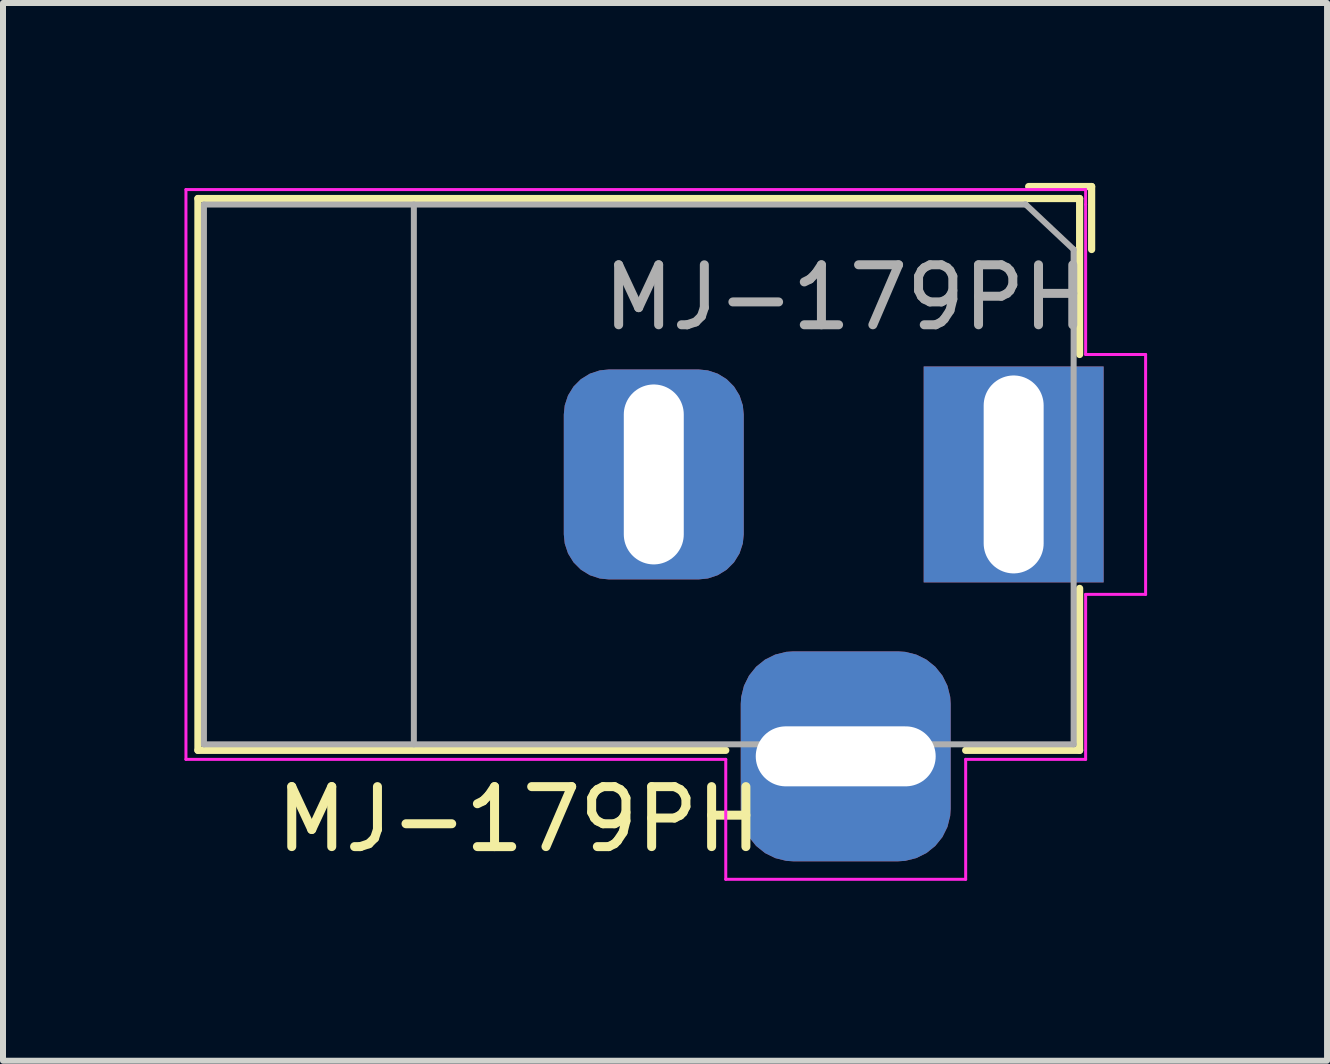
<source format=kicad_pcb>
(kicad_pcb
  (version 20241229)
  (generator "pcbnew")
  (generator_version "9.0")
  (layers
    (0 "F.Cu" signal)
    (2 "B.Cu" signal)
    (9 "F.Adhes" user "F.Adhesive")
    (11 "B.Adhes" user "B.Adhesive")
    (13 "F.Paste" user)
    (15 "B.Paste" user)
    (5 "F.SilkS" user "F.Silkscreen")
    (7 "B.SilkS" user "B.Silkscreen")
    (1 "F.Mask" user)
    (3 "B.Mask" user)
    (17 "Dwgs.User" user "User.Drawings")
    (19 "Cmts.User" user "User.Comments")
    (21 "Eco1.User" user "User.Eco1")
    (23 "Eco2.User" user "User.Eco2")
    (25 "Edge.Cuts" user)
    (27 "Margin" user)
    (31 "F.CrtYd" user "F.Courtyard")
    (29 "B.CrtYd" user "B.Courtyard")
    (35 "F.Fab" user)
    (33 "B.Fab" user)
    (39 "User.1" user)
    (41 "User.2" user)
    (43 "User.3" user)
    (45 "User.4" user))
  (footprint "MJ-179PH"
    (layer "F.Cu")
    (at 0.25 4.81)
    (property "Reference" "MJ-179PH" (at 5.35 5.8 0) (layer "F.SilkS") (effects (font (size 1 1) (thickness 0.15))))
    (attr through_hole)
    (fp_line (start 0 -4.55) (end 14.7 -4.55) (stroke (width 0.12) (type solid)) (layer "F.SilkS"))
    (fp_line (start 0 4.65) (end 0 -4.55) (stroke (width 0.12) (type solid)) (layer "F.SilkS"))
    (fp_line (start 8.8 4.65) (end 0 4.65) (stroke (width 0.12) (type solid)) (layer "F.SilkS"))
    (fp_line (start 13.85 -4.75) (end 14.9 -4.75) (stroke (width 0.12) (type solid)) (layer "F.SilkS"))
    (fp_line (start 14.7 -4.55) (end 14.7 -1.95) (stroke (width 0.12) (type solid)) (layer "F.SilkS"))
    (fp_line (start 14.7 1.95) (end 14.7 4.65) (stroke (width 0.12) (type solid)) (layer "F.SilkS"))
    (fp_line (start 14.7 4.65) (end 12.8 4.65) (stroke (width 0.12) (type solid)) (layer "F.SilkS"))
    (fp_line (start 14.9 -3.7) (end 14.9 -4.75) (stroke (width 0.12) (type solid)) (layer "F.SilkS"))
    (fp_line (start -0.2 4.8) (end -0.2 -4.7) (stroke (width 0.05) (type solid)) (layer "F.CrtYd"))
    (fp_line (start 8.8 4.8) (end -0.2 4.8) (stroke (width 0.05) (type solid)) (layer "F.CrtYd"))
    (fp_line (start 8.8 6.8) (end 8.8 4.8) (stroke (width 0.05) (type solid)) (layer "F.CrtYd"))
    (fp_line (start 12.8 4.8) (end 12.8 6.8) (stroke (width 0.05) (type solid)) (layer "F.CrtYd"))
    (fp_line (start 12.8 6.8) (end 8.8 6.8) (stroke (width 0.05) (type solid)) (layer "F.CrtYd"))
    (fp_line (start 14.8 -4.7) (end -0.2 -4.7) (stroke (width 0.05) (type solid)) (layer "F.CrtYd"))
    (fp_line (start 14.8 -4.45) (end 14.8 -4.7) (stroke (width 0.05) (type solid)) (layer "F.CrtYd"))
    (fp_line (start 14.8 -4.45) (end 14.8 -1.95) (stroke (width 0.05) (type solid)) (layer "F.CrtYd"))
    (fp_line (start 14.8 -1.95) (end 15.8 -1.95) (stroke (width 0.05) (type solid)) (layer "F.CrtYd"))
    (fp_line (start 14.8 2.05) (end 14.8 4.8) (stroke (width 0.05) (type solid)) (layer "F.CrtYd"))
    (fp_line (start 14.8 4.8) (end 12.8 4.8) (stroke (width 0.05) (type solid)) (layer "F.CrtYd"))
    (fp_line (start 15.8 -1.95) (end 15.8 2.05) (stroke (width 0.05) (type solid)) (layer "F.CrtYd"))
    (fp_line (start 15.8 2.05) (end 14.8 2.05) (stroke (width 0.05) (type solid)) (layer "F.CrtYd"))
    (fp_line (start 0.1 -4.45) (end 0.1 4.55) (stroke (width 0.1) (type solid)) (layer "F.Fab"))
    (fp_line (start 0.1 4.55) (end 14.6 4.55) (stroke (width 0.1) (type solid)) (layer "F.Fab"))
    (fp_line (start 3.6 -4.45) (end 3.6 4.55) (stroke (width 0.1) (type solid)) (layer "F.Fab"))
    (fp_line (start 13.797 -4.455) (end 14.6 -3.7) (stroke (width 0.1) (type solid)) (layer "F.Fab"))
    (fp_line (start 13.8 -4.45) (end 0.1 -4.45) (stroke (width 0.1) (type solid)) (layer "F.Fab"))
    (fp_line (start 14.6 4.55) (end 14.6 -3.7) (stroke (width 0.1) (type solid)) (layer "F.Fab"))
    (fp_text user "${REFERENCE}" (at 10.8 -2.9 0) (layer "F.Fab") (effects (font (size 1 1) (thickness 0.15))))
    (pad "1" thru_hole rect (at 13.6 0.05) (size 3 3.6) (drill oval 1 3.3) (layers "*.Cu" "*.Mask"))
    (pad "2" thru_hole roundrect (at 7.6 0.05) (size 3 3.5) (drill oval 1 3) (layers "*.Cu" "*.Mask") (roundrect_rratio 0.25))
    (pad "3" thru_hole roundrect (at 10.8 4.75) (size 3.5 3.5) (drill oval 3 1) (layers "*.Cu" "*.Mask") (roundrect_rratio 0.25)))
  (gr_rect
    (start -3 -3)
    (end 19.075 14.635)
    (stroke (width 0.1) (type default))
    (fill no)
    (layer "Edge.Cuts")))
</source>
